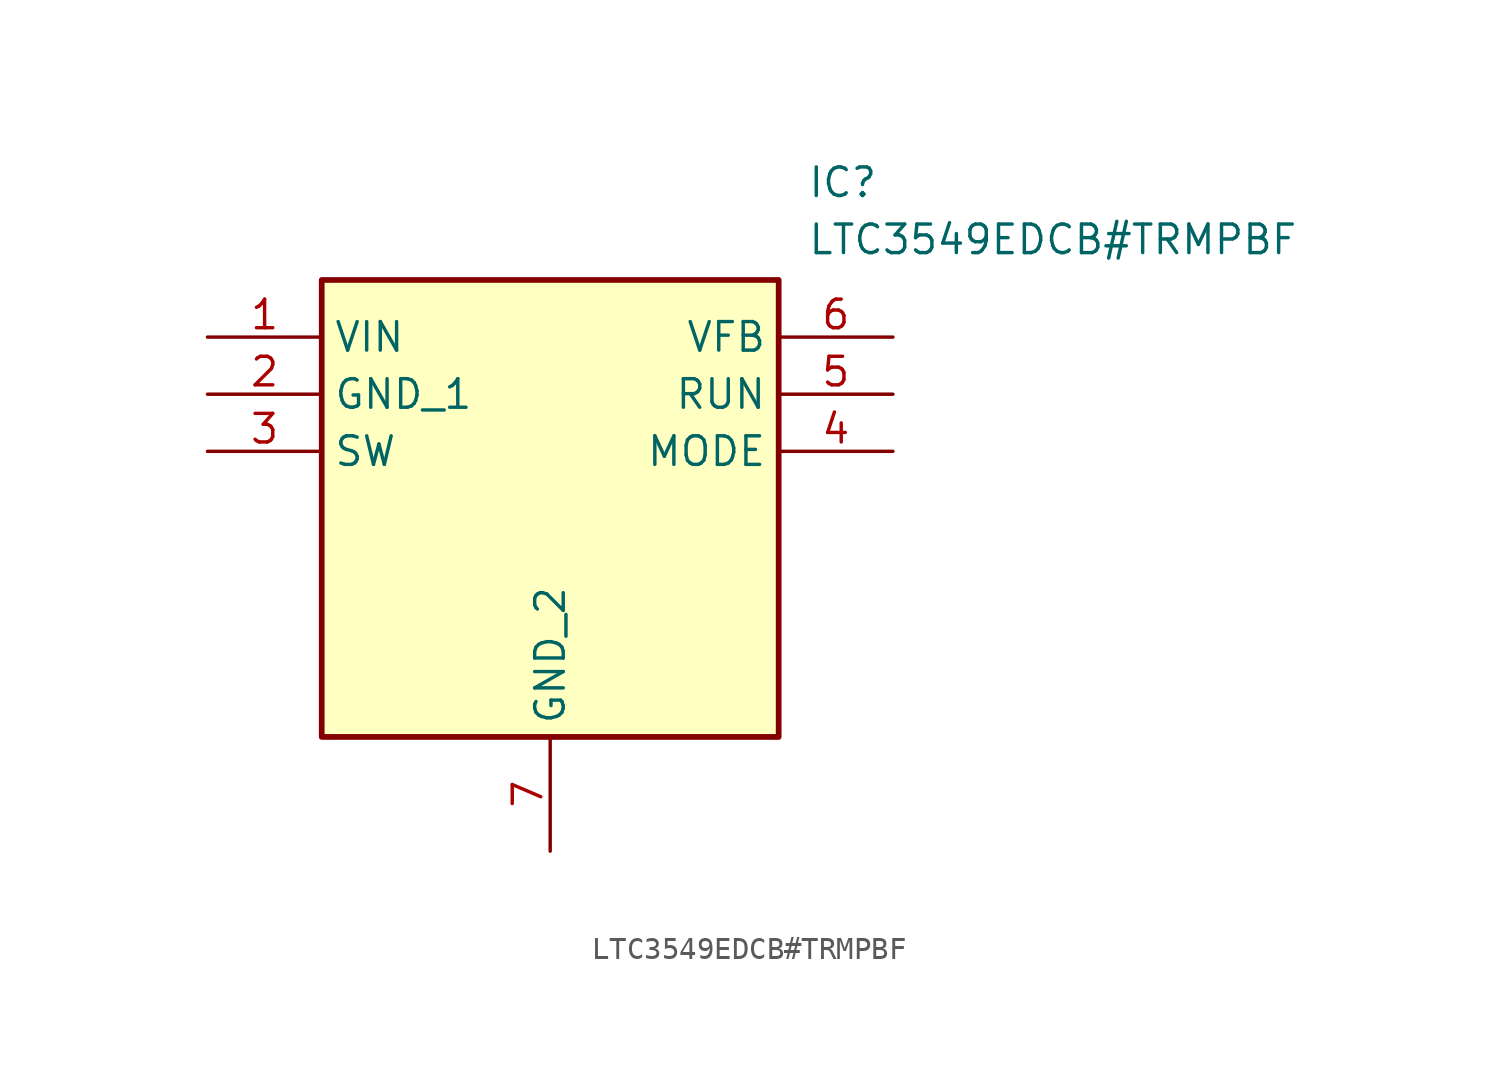
<source format=kicad_sym>
(kicad_symbol_lib
  (version 20211014)
  (generator SamacSys_ECAD_Model)
  (symbol "LTC3549EDCB#TRMPBF"
    (property "Reference" "IC"
      (at 26.67 7.62 0)
      (effects (font (size 1.27 1.27)) (justify left top)))
    (property "Value" "LTC3549EDCB#TRMPBF"
      (at 26.67 5.08 0)
      (effects (font (size 1.27 1.27)) (justify left top)))
    (rectangle
      (start 5.08 2.54)
      (end 25.4 -17.78)
      (stroke (width 0.254) (type default))
      (fill (type background)))
    (pin passive line
      (at 0 0 0)
      (length 5.08)
      (name "VIN" (effects (font (size 1.27 1.27))))
      (number "1" (effects (font (size 1.27 1.27)))))
    (pin passive line
      (at 0 -2.54 0)
      (length 5.08)
      (name "GND_1" (effects (font (size 1.27 1.27))))
      (number "2" (effects (font (size 1.27 1.27)))))
    (pin passive line
      (at 0 -5.08 0)
      (length 5.08)
      (name "SW" (effects (font (size 1.27 1.27))))
      (number "3" (effects (font (size 1.27 1.27)))))
    (pin passive line
      (at 15.24 -22.86 90)
      (length 5.08)
      (name "GND_2" (effects (font (size 1.27 1.27))))
      (number "7" (effects (font (size 1.27 1.27)))))
    (pin passive line
      (at 30.48 0 180)
      (length 5.08)
      (name "VFB" (effects (font (size 1.27 1.27))))
      (number "6" (effects (font (size 1.27 1.27)))))
    (pin passive line
      (at 30.48 -2.54 180)
      (length 5.08)
      (name "RUN" (effects (font (size 1.27 1.27))))
      (number "5" (effects (font (size 1.27 1.27)))))
    (pin passive line
      (at 30.48 -5.08 180)
      (length 5.08)
      (name "MODE" (effects (font (size 1.27 1.27))))
      (number "4" (effects (font (size 1.27 1.27)))))))
</source>
